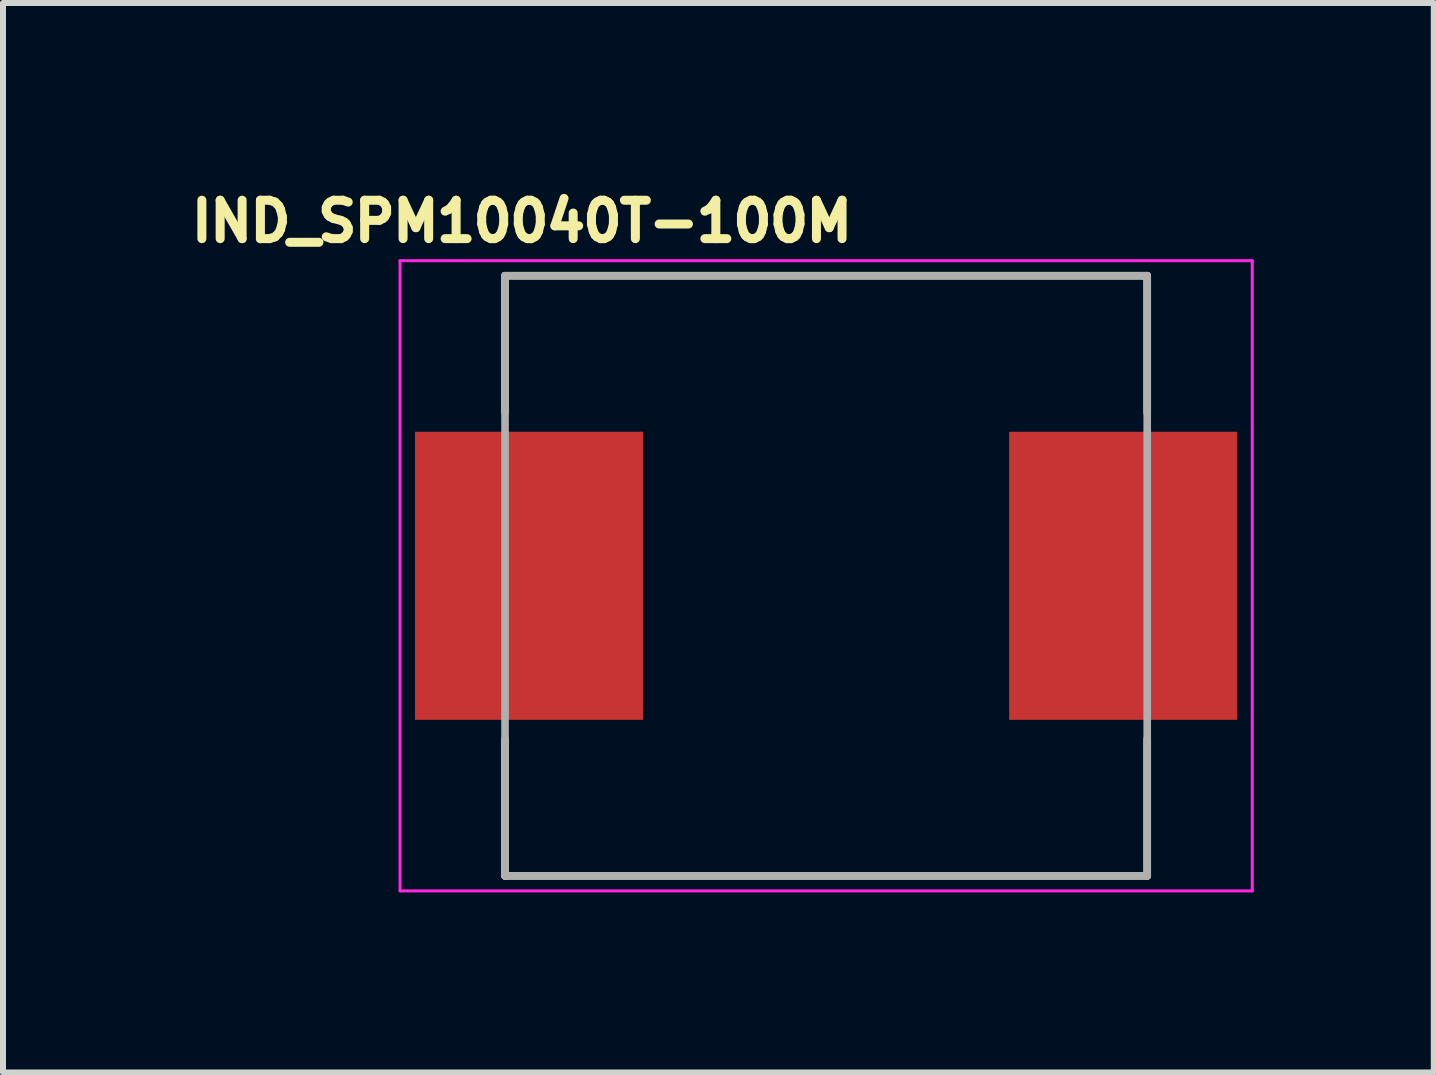
<source format=kicad_pcb>
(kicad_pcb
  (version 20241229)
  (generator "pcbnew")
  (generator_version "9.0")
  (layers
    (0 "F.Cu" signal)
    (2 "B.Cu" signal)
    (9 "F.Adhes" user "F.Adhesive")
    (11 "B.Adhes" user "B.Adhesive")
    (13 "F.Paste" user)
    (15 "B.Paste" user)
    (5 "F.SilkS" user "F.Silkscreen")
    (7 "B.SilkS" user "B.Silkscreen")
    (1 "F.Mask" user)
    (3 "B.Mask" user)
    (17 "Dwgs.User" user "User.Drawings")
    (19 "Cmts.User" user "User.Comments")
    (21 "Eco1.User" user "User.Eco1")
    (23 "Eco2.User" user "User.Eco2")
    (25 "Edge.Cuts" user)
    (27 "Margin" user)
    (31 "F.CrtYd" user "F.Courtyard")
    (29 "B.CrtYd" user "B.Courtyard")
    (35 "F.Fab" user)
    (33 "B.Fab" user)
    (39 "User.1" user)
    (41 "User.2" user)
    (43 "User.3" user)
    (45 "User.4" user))
  (footprint "IND_SPM10040T-100M"
    (layer "F.Cu")
    (at 10.715 6.544)
    (property "Reference" "IND_SPM10040T-100M" (at -5.068 -5.906 0) (layer "F.SilkS") (effects (font (size 0.64 0.64) (thickness 0.15))))
    (attr smd)
    (fp_line (start -5.35 -5) (end -5.35 -2.72) (stroke (width 0.127) (type solid)) (layer "F.SilkS"))
    (fp_line (start -5.35 -5) (end 5.35 -5) (stroke (width 0.127) (type solid)) (layer "F.SilkS"))
    (fp_line (start -5.35 5) (end -5.35 2.72) (stroke (width 0.127) (type solid)) (layer "F.SilkS"))
    (fp_line (start -5.35 5) (end 5.35 5) (stroke (width 0.127) (type solid)) (layer "F.SilkS"))
    (fp_line (start 5.35 -5) (end 5.35 -2.72) (stroke (width 0.127) (type solid)) (layer "F.SilkS"))
    (fp_line (start 5.35 5) (end 5.35 2.72) (stroke (width 0.127) (type solid)) (layer "F.SilkS"))
    (fp_line (start -7.1 -5.25) (end -7.1 5.25) (stroke (width 0.05) (type solid)) (layer "F.CrtYd"))
    (fp_line (start -7.1 5.25) (end 7.1 5.25) (stroke (width 0.05) (type solid)) (layer "F.CrtYd"))
    (fp_line (start 7.1 -5.25) (end -7.1 -5.25) (stroke (width 0.05) (type solid)) (layer "F.CrtYd"))
    (fp_line (start 7.1 5.25) (end 7.1 -5.25) (stroke (width 0.05) (type solid)) (layer "F.CrtYd"))
    (fp_line (start -5.35 -5) (end -5.35 5) (stroke (width 0.127) (type solid)) (layer "F.Fab"))
    (fp_line (start -5.35 -5) (end 5.35 -5) (stroke (width 0.127) (type solid)) (layer "F.Fab"))
    (fp_line (start -5.35 5) (end 5.35 5) (stroke (width 0.127) (type solid)) (layer "F.Fab"))
    (fp_line (start 5.35 -5) (end 5.35 5) (stroke (width 0.127) (type solid)) (layer "F.Fab"))
    (pad "1" smd rect (at -4.95 0) (size 3.8 4.8) (layers "F.Cu" "F.Mask" "F.Paste"))
    (pad "2" smd rect (at 4.95 0) (size 3.8 4.8) (layers "F.Cu" "F.Mask" "F.Paste")))
  (gr_rect
    (start -3 -3)
    (end 20.84 14.819)
    (stroke (width 0.1) (type default))
    (fill no)
    (layer "Edge.Cuts")))
</source>
